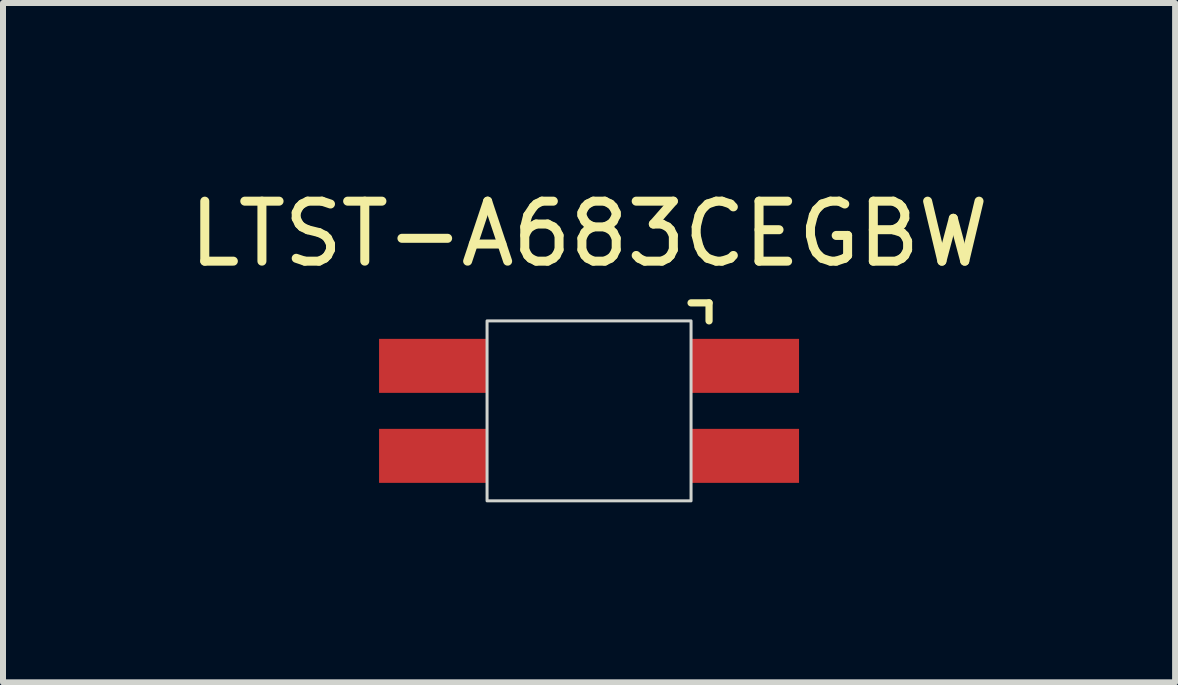
<source format=kicad_pcb>
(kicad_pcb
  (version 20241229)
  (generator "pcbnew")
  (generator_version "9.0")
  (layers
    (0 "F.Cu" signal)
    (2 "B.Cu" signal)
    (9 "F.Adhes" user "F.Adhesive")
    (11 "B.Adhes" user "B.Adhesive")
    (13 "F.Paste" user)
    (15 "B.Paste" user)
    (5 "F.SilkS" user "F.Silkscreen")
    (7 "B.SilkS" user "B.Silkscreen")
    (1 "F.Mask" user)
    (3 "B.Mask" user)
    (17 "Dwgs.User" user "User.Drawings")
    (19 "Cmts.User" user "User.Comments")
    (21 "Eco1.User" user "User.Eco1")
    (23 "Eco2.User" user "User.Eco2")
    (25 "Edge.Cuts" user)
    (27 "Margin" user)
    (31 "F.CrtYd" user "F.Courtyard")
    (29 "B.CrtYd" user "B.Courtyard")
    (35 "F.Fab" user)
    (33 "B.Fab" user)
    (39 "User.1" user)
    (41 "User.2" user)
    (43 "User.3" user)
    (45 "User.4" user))
  (footprint "LTST-A683CEGBW"
    (layer "F.Cu")
    (at 6.768 3.848)
    (property "Reference" "LTST-A683CEGBW" (at 0 -3 0) (layer "F.SilkS") (effects (font (size 1 1) (thickness 0.15))))
    (attr through_hole)
    (fp_line (start 1.7 -1.85) (end 2 -1.85) (stroke (width 0.12) (type solid)) (layer "F.SilkS"))
    (fp_line (start 2 -1.85) (end 2 -1.55) (stroke (width 0.12) (type solid)) (layer "F.SilkS"))
    (fp_rect (start 1.7 -1.55) (end -1.7 1.45) (stroke (width 0.05) (type solid)) (fill no) (layer "Edge.Cuts"))
    (pad "1" smd rect (at 2.6 -0.8) (size 1.8 0.9) (layers "F.Cu" "F.Mask" "F.Paste"))
    (pad "2" smd rect (at 2.6 0.7) (size 1.8 0.9) (layers "F.Cu" "F.Mask" "F.Paste"))
    (pad "3" smd rect (at -2.6 -0.8) (size 1.8 0.9) (layers "F.Cu" "F.Mask" "F.Paste"))
    (pad "4" smd rect (at -2.6 0.7) (size 1.8 0.9) (layers "F.Cu" "F.Mask" "F.Paste")))
  (gr_rect
    (start -3 -3)
    (end 16.536 8.323)
    (stroke (width 0.1) (type default))
    (fill no)
    (layer "Edge.Cuts")))
</source>
